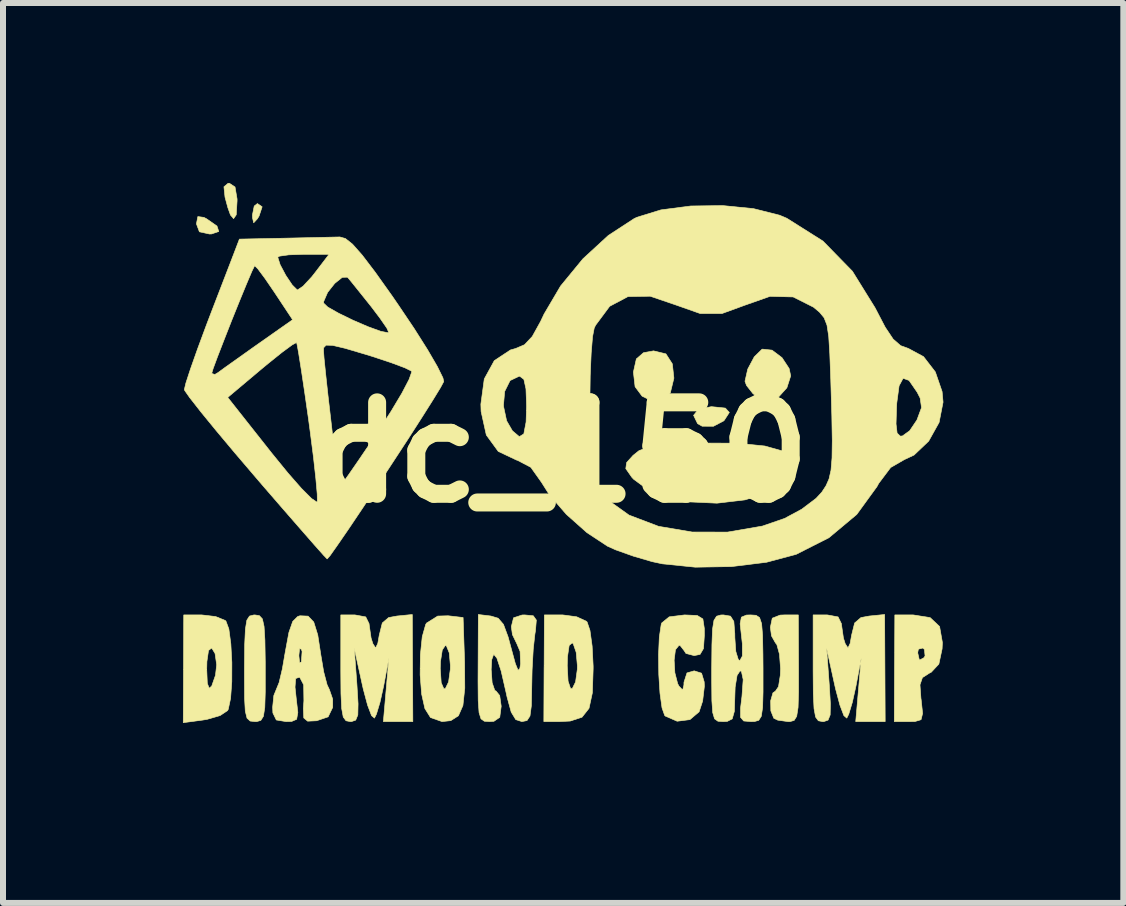
<source format=kicad_pcb>
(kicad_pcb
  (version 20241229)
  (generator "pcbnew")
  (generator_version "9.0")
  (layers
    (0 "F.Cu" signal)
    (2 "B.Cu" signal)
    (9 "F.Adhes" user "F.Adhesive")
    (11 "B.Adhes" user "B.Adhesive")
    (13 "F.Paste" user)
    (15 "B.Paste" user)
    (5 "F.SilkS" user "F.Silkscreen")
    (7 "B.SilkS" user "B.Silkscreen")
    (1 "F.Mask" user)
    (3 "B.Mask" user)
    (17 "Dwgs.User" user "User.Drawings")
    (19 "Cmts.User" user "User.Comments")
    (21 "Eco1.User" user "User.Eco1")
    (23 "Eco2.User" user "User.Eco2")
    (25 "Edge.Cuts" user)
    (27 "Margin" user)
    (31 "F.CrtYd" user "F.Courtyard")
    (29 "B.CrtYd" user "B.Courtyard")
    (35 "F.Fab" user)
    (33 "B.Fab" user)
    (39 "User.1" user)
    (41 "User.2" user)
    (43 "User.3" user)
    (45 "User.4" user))
  (footprint "dc_150"
    (layer "F.Cu")
    (at 6.321 4.492)
    (property "Reference" "dc_150" (at 0 0 0) (layer "F.SilkS") (effects (font (size 1.524 1.524) (thickness 0.3))))
    (attr through_hole)
    (fp_poly (pts (xy -5.001 -4.095) (xy -5.052 -3.941) (xy -5.08 -3.895) (xy -5.142 -3.828) (xy -5.162 -3.912) (xy -5.163 -3.958) (xy -5.133 -4.107) (xy -5.08 -4.149) (xy -5.001 -4.095)) (stroke (width 0.01) (type solid)) (fill yes) (layer "F.SilkS"))
    (fp_poly (pts (xy -5.972 -3.918) (xy -5.931 -3.897) (xy -5.754 -3.774) (xy -5.724 -3.683) (xy -5.844 -3.642) (xy -5.879 -3.641) (xy -6.047 -3.678) (xy -6.096 -3.809) (xy -6.096 -3.813) (xy -6.073 -3.932) (xy -5.972 -3.918)) (stroke (width 0.01) (type solid)) (fill yes) (layer "F.SilkS"))
    (fp_poly (pts (xy -5.453 -4.425) (xy -5.419 -4.225) (xy -5.419 -4.191) (xy -5.433 -3.961) (xy -5.477 -3.897) (xy -5.529 -3.958) (xy -5.573 -4.081) (xy -5.62 -4.255) (xy -5.638 -4.428) (xy -5.569 -4.486) (xy -5.547 -4.487) (xy -5.453 -4.425)) (stroke (width 0.01) (type solid)) (fill yes) (layer "F.SilkS"))
    (fp_poly (pts (xy 2.721 -0.739) (xy 2.787 -0.666) (xy 2.702 -0.535) (xy 2.692 -0.525) (xy 2.522 -0.436) (xy 2.334 -0.437) (xy 2.258 -0.48) (xy 2.191 -0.618) (xy 2.273 -0.72) (xy 2.483 -0.762) (xy 2.498 -0.762) (xy 2.721 -0.739)) (stroke (width 0.01) (type solid)) (fill yes) (layer "F.SilkS"))
    (fp_poly (pts (xy 1.73 -1.643) (xy 1.837 -1.476) (xy 1.863 -1.238) (xy 1.803 -0.992) (xy 1.644 -0.873) (xy 1.416 -0.897) (xy 1.333 -0.938) (xy 1.216 -1.095) (xy 1.188 -1.339) (xy 1.237 -1.559) (xy 1.356 -1.662) (xy 1.524 -1.693) (xy 1.73 -1.643)) (stroke (width 0.01) (type solid)) (fill yes) (layer "F.SilkS"))
    (fp_poly (pts (xy 3.499 -1.705) (xy 3.665 -1.58) (xy 3.784 -1.399) (xy 3.81 -1.276) (xy 3.746 -1.077) (xy 3.596 -0.911) (xy 3.429 -0.847) (xy 3.28 -0.902) (xy 3.181 -0.98) (xy 3.074 -1.116) (xy 3.048 -1.186) (xy 3.094 -1.389) (xy 3.203 -1.594) (xy 3.331 -1.719) (xy 3.34 -1.722) (xy 3.499 -1.705)) (stroke (width 0.01) (type solid)) (fill yes) (layer "F.SilkS"))
    (fp_poly (pts (xy 2.915 -0.154) (xy 3.379 -0.107) (xy 3.698 -0.017) (xy 3.868 0.113) (xy 3.883 0.281) (xy 3.75 0.471) (xy 3.455 0.664) (xy 3.049 0.791) (xy 2.581 0.846) (xy 2.098 0.824) (xy 1.651 0.719) (xy 1.396 0.597) (xy 1.191 0.446) (xy 1.16 0.412) (xy 1.061 0.27) (xy 1.075 0.169) (xy 1.183 0.049) (xy 1.281 -0.029) (xy 1.414 -0.083) (xy 1.615 -0.118) (xy 1.919 -0.141) (xy 2.312 -0.156) (xy 2.915 -0.154)) (stroke (width 0.01) (type solid)) (fill yes) (layer "F.SilkS"))
    (fp_poly (pts (xy -5.047 2.721) (xy -4.997 2.775) (xy -4.969 2.901) (xy -4.955 3.13) (xy -4.949 3.491) (xy -4.949 3.598) (xy -4.949 3.994) (xy -4.957 4.251) (xy -4.98 4.399) (xy -5.023 4.467) (xy -5.091 4.487) (xy -5.122 4.487) (xy -5.201 4.478) (xy -5.253 4.43) (xy -5.282 4.313) (xy -5.294 4.098) (xy -5.296 3.753) (xy -5.296 3.598) (xy -5.292 3.202) (xy -5.28 2.944) (xy -5.256 2.797) (xy -5.212 2.728) (xy -5.143 2.71) (xy -5.122 2.709) (xy -5.047 2.721)) (stroke (width 0.01) (type solid)) (fill yes) (layer "F.SilkS"))
    (fp_poly (pts (xy 3.937 2.709) (xy 3.941 3.598) (xy 3.941 3.994) (xy 3.933 4.251) (xy 3.91 4.399) (xy 3.868 4.467) (xy 3.799 4.487) (xy 3.765 4.487) (xy 3.594 4.463) (xy 3.528 4.431) (xy 3.479 4.308) (xy 3.476 4.14) (xy 3.514 4.008) (xy 3.556 3.979) (xy 3.607 3.904) (xy 3.637 3.713) (xy 3.641 3.603) (xy 3.623 3.364) (xy 3.579 3.203) (xy 3.556 3.175) (xy 3.49 3.058) (xy 3.471 2.916) (xy 3.503 2.763) (xy 3.633 2.712) (xy 3.704 2.709) (xy 3.937 2.709)) (stroke (width 0.01) (type solid)) (fill yes) (layer "F.SilkS"))
    (fp_poly (pts (xy 6.135 2.754) (xy 6.292 2.902) (xy 6.339 3.169) (xy 6.334 3.275) (xy 6.28 3.528) (xy 6.153 3.664) (xy 6.121 3.68) (xy 6.006 3.754) (xy 5.965 3.874) (xy 5.981 4.098) (xy 5.985 4.125) (xy 6.009 4.351) (xy 5.983 4.455) (xy 5.881 4.486) (xy 5.786 4.487) (xy 5.537 4.487) (xy 5.541 3.598) (xy 5.543 3.339) (xy 5.927 3.339) (xy 5.955 3.462) (xy 6.028 3.425) (xy 6.05 3.393) (xy 6.039 3.284) (xy 6.013 3.261) (xy 5.939 3.279) (xy 5.927 3.339) (xy 5.543 3.339) (xy 5.546 2.709) (xy 5.853 2.709) (xy 6.135 2.754)) (stroke (width 0.01) (type solid)) (fill yes) (layer "F.SilkS"))
    (fp_poly (pts (xy -5.776 2.736) (xy -5.615 2.802) (xy -5.605 2.811) (xy -5.556 2.943) (xy -5.523 3.191) (xy -5.506 3.501) (xy -5.507 3.822) (xy -5.527 4.1) (xy -5.566 4.282) (xy -5.577 4.303) (xy -5.701 4.386) (xy -5.92 4.45) (xy -5.982 4.46) (xy -6.316 4.505) (xy -6.312 3.615) (xy -5.925 3.615) (xy -5.915 3.85) (xy -5.884 3.931) (xy -5.842 3.895) (xy -5.779 3.715) (xy -5.759 3.54) (xy -5.786 3.352) (xy -5.842 3.26) (xy -5.895 3.301) (xy -5.922 3.487) (xy -5.925 3.615) (xy -6.312 3.615) (xy -6.312 3.607) (xy -6.308 2.709) (xy -6.007 2.709) (xy -5.776 2.736)) (stroke (width 0.01) (type solid)) (fill yes) (layer "F.SilkS"))
    (fp_poly (pts (xy 0.242 2.74) (xy 0.404 2.815) (xy 0.416 2.827) (xy 0.464 2.968) (xy 0.5 3.229) (xy 0.517 3.562) (xy 0.517 3.607) (xy 0.504 4.007) (xy 0.448 4.266) (xy 0.331 4.414) (xy 0.135 4.478) (xy -0.042 4.487) (xy -0.305 4.487) (xy -0.301 3.598) (xy -0.3 3.556) (xy 0.085 3.556) (xy 0.099 3.813) (xy 0.14 3.935) (xy 0.169 3.937) (xy 0.224 3.826) (xy 0.253 3.616) (xy 0.254 3.556) (xy 0.234 3.332) (xy 0.185 3.19) (xy 0.169 3.175) (xy 0.117 3.217) (xy 0.089 3.406) (xy 0.085 3.556) (xy -0.3 3.556) (xy -0.296 2.709) (xy 0.011 2.709) (xy 0.242 2.74)) (stroke (width 0.01) (type solid)) (fill yes) (layer "F.SilkS"))
    (fp_poly (pts (xy -1.651 2.752) (xy -1.626 3.501) (xy -1.623 3.931) (xy -1.654 4.219) (xy -1.729 4.39) (xy -1.856 4.471) (xy -2.002 4.487) (xy -2.194 4.42) (xy -2.288 4.27) (xy -2.342 4.029) (xy -2.367 3.71) (xy -2.366 3.603) (xy -2.032 3.603) (xy -2.016 3.839) (xy -1.972 3.94) (xy -1.947 3.937) (xy -1.893 3.826) (xy -1.864 3.615) (xy -1.863 3.551) (xy -1.882 3.341) (xy -1.929 3.225) (xy -1.947 3.217) (xy -1.998 3.293) (xy -2.028 3.485) (xy -2.032 3.603) (xy -2.366 3.603) (xy -2.363 3.372) (xy -2.332 3.072) (xy -2.275 2.869) (xy -2.261 2.845) (xy -2.074 2.728) (xy -1.901 2.723) (xy -1.651 2.752)) (stroke (width 0.01) (type solid)) (fill yes) (layer "F.SilkS"))
    (fp_poly (pts (xy -2.489 4.487) (xy -2.98 4.487) (xy -2.934 3.958) (xy -2.888 3.429) (xy -2.976 3.895) (xy -3.036 4.164) (xy -3.096 4.363) (xy -3.129 4.429) (xy -3.177 4.388) (xy -3.243 4.214) (xy -3.315 3.945) (xy -3.33 3.879) (xy -3.466 3.26) (xy -3.421 3.873) (xy -3.402 4.191) (xy -3.406 4.376) (xy -3.441 4.462) (xy -3.512 4.487) (xy -3.533 4.487) (xy -3.603 4.473) (xy -3.649 4.411) (xy -3.675 4.27) (xy -3.687 4.022) (xy -3.69 3.637) (xy -3.69 3.598) (xy -3.69 2.709) (xy -3.454 2.709) (xy -3.274 2.742) (xy -3.218 2.856) (xy -3.217 2.872) (xy -3.185 3.094) (xy -3.155 3.189) (xy -3.109 3.259) (xy -3.073 3.184) (xy -3.049 3.048) (xy -2.998 2.843) (xy -2.893 2.753) (xy -2.752 2.727) (xy -2.498 2.702) (xy -2.489 4.487)) (stroke (width 0.01) (type solid)) (fill yes) (layer "F.SilkS"))
    (fp_poly (pts (xy 2.252 2.718) (xy 2.346 2.776) (xy 2.37 2.933) (xy 2.371 3.048) (xy 2.356 3.27) (xy 2.299 3.367) (xy 2.201 3.387) (xy 2.064 3.351) (xy 2.032 3.302) (xy 1.968 3.22) (xy 1.947 3.217) (xy 1.889 3.289) (xy 1.867 3.463) (xy 1.879 3.673) (xy 1.926 3.855) (xy 1.947 3.895) (xy 2.009 3.961) (xy 2.03 3.877) (xy 2.031 3.831) (xy 2.081 3.676) (xy 2.201 3.641) (xy 2.324 3.68) (xy 2.368 3.825) (xy 2.371 3.9) (xy 2.342 4.145) (xy 2.283 4.324) (xy 2.13 4.454) (xy 1.917 4.481) (xy 1.722 4.396) (xy 1.71 4.386) (xy 1.665 4.259) (xy 1.631 4.013) (xy 1.611 3.701) (xy 1.607 3.372) (xy 1.62 3.079) (xy 1.651 2.871) (xy 1.66 2.843) (xy 1.785 2.741) (xy 2.041 2.709) (xy 2.252 2.718)) (stroke (width 0.01) (type solid)) (fill yes) (layer "F.SilkS"))
    (fp_poly (pts (xy 5.385 4.487) (xy 4.894 4.487) (xy 4.94 3.958) (xy 4.986 3.429) (xy 4.898 3.895) (xy 4.838 4.164) (xy 4.778 4.363) (xy 4.745 4.429) (xy 4.697 4.388) (xy 4.631 4.214) (xy 4.559 3.945) (xy 4.544 3.879) (xy 4.408 3.26) (xy 4.453 3.873) (xy 4.472 4.191) (xy 4.468 4.376) (xy 4.433 4.462) (xy 4.362 4.487) (xy 4.341 4.487) (xy 4.271 4.473) (xy 4.225 4.411) (xy 4.199 4.27) (xy 4.187 4.022) (xy 4.184 3.637) (xy 4.184 3.598) (xy 4.184 2.709) (xy 4.42 2.709) (xy 4.6 2.742) (xy 4.656 2.856) (xy 4.657 2.872) (xy 4.689 3.094) (xy 4.719 3.189) (xy 4.765 3.259) (xy 4.801 3.184) (xy 4.825 3.048) (xy 4.876 2.843) (xy 4.981 2.753) (xy 5.122 2.727) (xy 5.376 2.702) (xy 5.385 4.487)) (stroke (width 0.01) (type solid)) (fill yes) (layer "F.SilkS"))
    (fp_poly (pts (xy -4.235 2.729) (xy -4.141 2.827) (xy -4.074 3.042) (xy -4.022 3.379) (xy -3.975 3.658) (xy -3.918 3.874) (xy -3.88 3.954) (xy -3.825 4.113) (xy -3.825 4.25) (xy -3.901 4.408) (xy -4.093 4.473) (xy -4.243 4.48) (xy -4.307 4.426) (xy -4.314 4.269) (xy -4.305 4.142) (xy -4.309 3.874) (xy -4.373 3.751) (xy -4.381 3.747) (xy -4.442 3.769) (xy -4.453 3.912) (xy -4.433 4.1) (xy -4.406 4.335) (xy -4.426 4.449) (xy -4.51 4.485) (xy -4.603 4.487) (xy -4.765 4.46) (xy -4.822 4.343) (xy -4.826 4.247) (xy -4.806 4.051) (xy -4.763 3.946) (xy -4.718 3.836) (xy -4.664 3.608) (xy -4.626 3.387) (xy -4.389 3.387) (xy -4.376 3.507) (xy -4.347 3.493) (xy -4.335 3.319) (xy -4.347 3.281) (xy -4.377 3.27) (xy -4.389 3.387) (xy -4.626 3.387) (xy -4.614 3.319) (xy -4.555 3.001) (xy -4.491 2.817) (xy -4.408 2.735) (xy -4.37 2.723) (xy -4.235 2.729)) (stroke (width 0.01) (type solid)) (fill yes) (layer "F.SilkS"))
    (fp_poly (pts (xy -1.189 2.727) (xy -1.066 2.764) (xy -0.978 2.867) (xy -0.901 3.075) (xy -0.851 3.26) (xy -0.78 3.521) (xy -0.735 3.631) (xy -0.706 3.605) (xy -0.693 3.525) (xy -0.701 3.317) (xy -0.755 3.19) (xy -0.829 3.037) (xy -0.847 2.904) (xy -0.81 2.757) (xy -0.667 2.71) (xy -0.624 2.709) (xy -0.481 2.723) (xy -0.43 2.795) (xy -0.445 2.975) (xy -0.454 3.027) (xy -0.482 3.283) (xy -0.501 3.626) (xy -0.507 3.916) (xy -0.513 4.221) (xy -0.536 4.394) (xy -0.586 4.47) (xy -0.671 4.487) (xy -0.773 4.454) (xy -0.849 4.329) (xy -0.918 4.079) (xy -0.935 4) (xy -1.017 3.643) (xy -1.088 3.429) (xy -1.141 3.364) (xy -1.174 3.455) (xy -1.183 3.619) (xy -1.167 3.839) (xy -1.123 3.967) (xy -1.101 3.979) (xy -1.041 4.053) (xy -1.016 4.23) (xy -1.016 4.233) (xy -1.04 4.416) (xy -1.137 4.482) (xy -1.211 4.487) (xy -1.297 4.481) (xy -1.353 4.441) (xy -1.385 4.337) (xy -1.399 4.14) (xy -1.402 3.82) (xy -1.401 3.595) (xy -1.397 2.702) (xy -1.189 2.727)) (stroke (width 0.01) (type solid)) (fill yes) (layer "F.SilkS"))
    (fp_poly (pts (xy 3.232 2.715) (xy 3.291 2.753) (xy 3.325 2.854) (xy 3.341 3.046) (xy 3.347 3.361) (xy 3.349 3.598) (xy 3.349 3.994) (xy 3.342 4.25) (xy 3.32 4.398) (xy 3.277 4.466) (xy 3.206 4.486) (xy 3.147 4.487) (xy 3.027 4.477) (xy 2.974 4.416) (xy 2.974 4.263) (xy 2.998 4.064) (xy 3.018 3.787) (xy 2.989 3.652) (xy 2.966 3.641) (xy 2.916 3.717) (xy 2.884 3.913) (xy 2.879 4.064) (xy 2.871 4.316) (xy 2.835 4.442) (xy 2.752 4.484) (xy 2.684 4.487) (xy 2.597 4.481) (xy 2.541 4.441) (xy 2.51 4.337) (xy 2.496 4.139) (xy 2.493 3.818) (xy 2.493 3.598) (xy 2.497 3.203) (xy 2.507 2.946) (xy 2.531 2.799) (xy 2.575 2.73) (xy 2.646 2.71) (xy 2.688 2.709) (xy 2.806 2.729) (xy 2.862 2.817) (xy 2.878 3.019) (xy 2.879 3.09) (xy 2.895 3.318) (xy 2.937 3.454) (xy 2.962 3.471) (xy 3.004 3.395) (xy 3.004 3.19) (xy 2.993 3.09) (xy 2.967 2.857) (xy 2.988 2.746) (xy 3.073 2.711) (xy 3.142 2.709) (xy 3.232 2.715)) (stroke (width 0.01) (type solid)) (fill yes) (layer "F.SilkS"))
    (fp_poly (pts (xy 3.19 -4.064) (xy 3.623 -3.955) (xy 3.744 -3.904) (xy 4.348 -3.523) (xy 4.839 -3.02) (xy 5.216 -2.412) (xy 5.385 -2.088) (xy 5.518 -1.889) (xy 5.643 -1.78) (xy 5.774 -1.732) (xy 6.024 -1.597) (xy 6.221 -1.342) (xy 6.334 -1.014) (xy 6.35 -0.838) (xy 6.284 -0.5) (xy 6.11 -0.188) (xy 5.866 0.044) (xy 5.706 0.119) (xy 5.477 0.251) (xy 5.278 0.515) (xy 5.248 0.57) (xy 4.911 1.034) (xy 4.447 1.422) (xy 3.901 1.699) (xy 3.407 1.831) (xy 2.823 1.903) (xy 2.22 1.913) (xy 1.67 1.857) (xy 1.502 1.821) (xy 1.184 1.728) (xy 0.892 1.624) (xy 0.756 1.563) (xy 0.413 1.337) (xy 0.07 1.032) (xy -0.215 0.703) (xy -0.343 0.5) (xy -0.522 0.248) (xy -0.748 0.13) (xy -0.759 0.128) (xy -1.065 -0.017) (xy -1.264 -0.29) (xy -1.351 -0.683) (xy -1.354 -0.777) (xy -0.979 -0.777) (xy -0.926 -0.528) (xy -0.829 -0.36) (xy -0.714 -0.263) (xy -0.639 -0.309) (xy -0.601 -0.507) (xy -0.593 -0.762) (xy -0.595 -0.844) (xy 0.462 -0.844) (xy 0.462 -0.699) (xy 0.468 0.508) (xy 0.732 0.771) (xy 1.115 1.045) (xy 1.607 1.232) (xy 2.167 1.327) (xy 2.757 1.328) (xy 3.338 1.228) (xy 3.709 1.1) (xy 3.993 0.947) (xy 4.234 0.765) (xy 4.329 0.662) (xy 4.399 0.555) (xy 4.449 0.442) (xy 4.482 0.297) (xy 4.499 0.092) (xy 4.503 -0.199) (xy 4.498 -0.476) (xy 5.566 -0.476) (xy 5.584 -0.323) (xy 5.636 -0.272) (xy 5.672 -0.274) (xy 5.794 -0.362) (xy 5.914 -0.54) (xy 5.917 -0.547) (xy 5.991 -0.747) (xy 5.968 -0.906) (xy 5.918 -1.004) (xy 5.783 -1.2) (xy 5.684 -1.236) (xy 5.617 -1.111) (xy 5.578 -0.821) (xy 5.575 -0.764) (xy 5.566 -0.476) (xy 4.498 -0.476) (xy 4.496 -0.603) (xy 4.48 -1.146) (xy 4.478 -1.215) (xy 4.462 -1.641) (xy 4.444 -1.932) (xy 4.415 -2.122) (xy 4.367 -2.245) (xy 4.292 -2.336) (xy 4.191 -2.421) (xy 3.851 -2.592) (xy 3.465 -2.602) (xy 3.048 -2.455) (xy 2.664 -2.315) (xy 2.302 -2.315) (xy 1.905 -2.455) (xy 1.468 -2.604) (xy 1.097 -2.598) (xy 0.792 -2.436) (xy 0.558 -2.121) (xy 0.535 -2.074) (xy 0.507 -1.931) (xy 0.484 -1.654) (xy 0.468 -1.28) (xy 0.462 -0.844) (xy -0.595 -0.844) (xy -0.603 -1.059) (xy -0.638 -1.218) (xy -0.707 -1.27) (xy -0.717 -1.27) (xy -0.868 -1.198) (xy -0.958 -1.017) (xy -0.979 -0.777) (xy -1.354 -0.777) (xy -1.355 -0.804) (xy -1.298 -1.225) (xy -1.131 -1.53) (xy -0.862 -1.708) (xy -0.777 -1.732) (xy -0.628 -1.795) (xy -0.498 -1.933) (xy -0.359 -2.184) (xy -0.301 -2.307) (xy -0.026 -2.774) (xy 0.346 -3.227) (xy 0.77 -3.617) (xy 1.199 -3.897) (xy 1.247 -3.92) (xy 1.646 -4.043) (xy 2.143 -4.108) (xy 2.677 -4.115) (xy 3.19 -4.064)) (stroke (width 0.01) (type solid)) (fill yes) (layer "F.SilkS"))
    (fp_poly (pts (xy -3.613 -3.566) (xy -3.494 -3.471) (xy -3.333 -3.289) (xy -3.116 -3.004) (xy -2.827 -2.598) (xy -2.729 -2.455) (xy -2.466 -2.064) (xy -2.244 -1.713) (xy -2.08 -1.431) (xy -1.987 -1.242) (xy -1.974 -1.181) (xy -2.026 -1.084) (xy -2.153 -0.876) (xy -2.338 -0.583) (xy -2.565 -0.229) (xy -2.818 0.158) (xy -3.078 0.554) (xy -3.33 0.934) (xy -3.557 1.272) (xy -3.742 1.541) (xy -3.867 1.718) (xy -3.917 1.776) (xy -3.976 1.715) (xy -4.128 1.544) (xy -4.358 1.281) (xy -4.65 0.946) (xy -4.986 0.558) (xy -5.112 0.411) (xy -5.461 0.002) (xy -5.77 -0.367) (xy -6.022 -0.675) (xy -6.201 -0.904) (xy -6.211 -0.917) (xy -5.575 -0.917) (xy -4.841 0.012) (xy -4.572 0.342) (xy -4.345 0.601) (xy -4.178 0.768) (xy -4.09 0.827) (xy -4.081 0.818) (xy -4.083 0.694) (xy -4.106 0.436) (xy -4.146 0.075) (xy -4.201 -0.353) (xy -4.228 -0.555) (xy -4.291 -0.994) (xy -4.347 -1.369) (xy -4.392 -1.651) (xy -4.402 -1.708) (xy -3.979 -1.708) (xy -3.969 -1.572) (xy -3.942 -1.307) (xy -3.903 -0.948) (xy -3.855 -0.534) (xy -3.852 -0.508) (xy -3.805 -0.104) (xy -3.765 0.236) (xy -3.738 0.479) (xy -3.726 0.589) (xy -3.726 0.592) (xy -3.682 0.542) (xy -3.561 0.374) (xy -3.381 0.113) (xy -3.158 -0.216) (xy -3.083 -0.328) (xy -2.854 -0.682) (xy -2.671 -0.988) (xy -2.551 -1.218) (xy -2.507 -1.343) (xy -2.511 -1.356) (xy -2.62 -1.41) (xy -2.85 -1.496) (xy -3.157 -1.598) (xy -3.281 -1.636) (xy -3.619 -1.736) (xy -3.827 -1.785) (xy -3.935 -1.788) (xy -3.975 -1.746) (xy -3.979 -1.708) (xy -4.402 -1.708) (xy -4.421 -1.809) (xy -4.428 -1.832) (xy -4.5 -1.793) (xy -4.67 -1.668) (xy -4.905 -1.479) (xy -5.015 -1.388) (xy -5.575 -0.917) (xy -6.211 -0.917) (xy -6.291 -1.031) (xy -6.298 -1.048) (xy -6.272 -1.157) (xy -6.22 -1.317) (xy -5.842 -1.317) (xy -5.79 -1.299) (xy -5.736 -1.331) (xy -5.62 -1.416) (xy -5.406 -1.568) (xy -5.136 -1.76) (xy -5.062 -1.812) (xy -4.493 -2.212) (xy -4.677 -2.49) (xy -3.977 -2.49) (xy -3.907 -2.423) (xy -3.727 -2.321) (xy -3.487 -2.204) (xy -3.236 -2.096) (xy -3.024 -2.019) (xy -2.9 -1.995) (xy -2.89 -1.999) (xy -2.922 -2.072) (xy -3.036 -2.237) (xy -3.182 -2.43) (xy -3.366 -2.66) (xy -3.512 -2.842) (xy -3.578 -2.921) (xy -3.665 -2.919) (xy -3.791 -2.818) (xy -3.91 -2.667) (xy -3.975 -2.516) (xy -3.977 -2.49) (xy -4.677 -2.49) (xy -4.799 -2.674) (xy -4.957 -2.905) (xy -5.075 -3.063) (xy -5.126 -3.113) (xy -5.171 -3.021) (xy -5.26 -2.812) (xy -5.378 -2.525) (xy -5.509 -2.2) (xy -5.636 -1.876) (xy -5.745 -1.595) (xy -5.819 -1.395) (xy -5.842 -1.317) (xy -6.22 -1.317) (xy -6.195 -1.393) (xy -6.077 -1.727) (xy -5.928 -2.129) (xy -5.844 -2.349) (xy -5.495 -3.255) (xy -4.741 -3.255) (xy -4.701 -3.129) (xy -4.607 -2.952) (xy -4.499 -2.791) (xy -4.417 -2.71) (xy -4.411 -2.709) (xy -4.319 -2.771) (xy -4.175 -2.926) (xy -4.112 -3.006) (xy -3.886 -3.302) (xy -4.314 -3.302) (xy -4.557 -3.294) (xy -4.712 -3.272) (xy -4.741 -3.255) (xy -5.495 -3.255) (xy -5.38 -3.556) (xy -4.637 -3.571) (xy -4.277 -3.579) (xy -3.963 -3.586) (xy -3.748 -3.591) (xy -3.706 -3.592) (xy -3.613 -3.566)) (stroke (width 0.01) (type solid)) (fill yes) (layer "F.SilkS")))
  (gr_rect
    (start -3 -3)
    (end 15.676 12.002)
    (stroke (width 0.1) (type default))
    (fill no)
    (layer "Edge.Cuts")))
</source>
